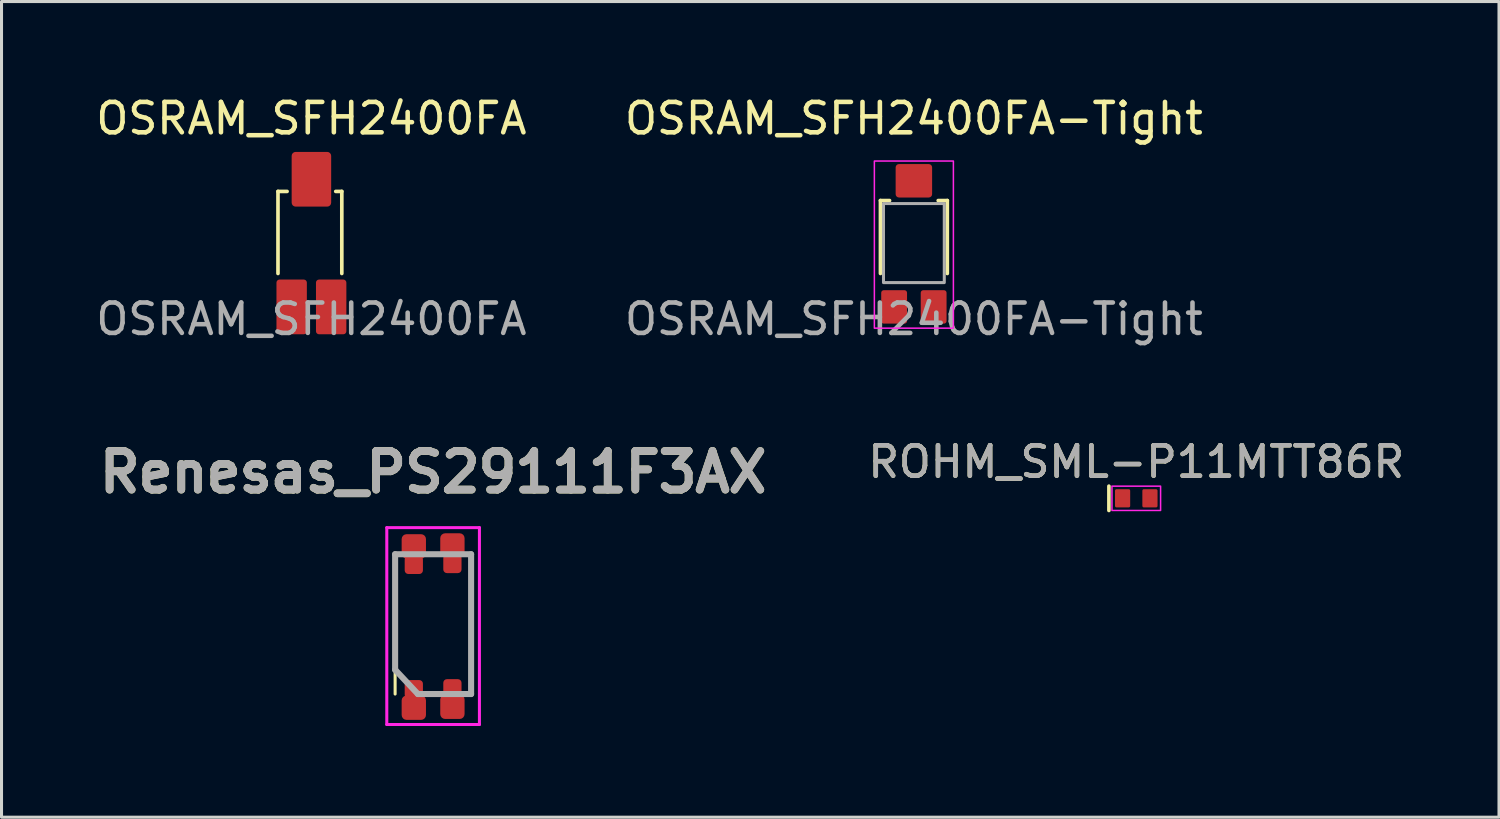
<source format=kicad_pcb>
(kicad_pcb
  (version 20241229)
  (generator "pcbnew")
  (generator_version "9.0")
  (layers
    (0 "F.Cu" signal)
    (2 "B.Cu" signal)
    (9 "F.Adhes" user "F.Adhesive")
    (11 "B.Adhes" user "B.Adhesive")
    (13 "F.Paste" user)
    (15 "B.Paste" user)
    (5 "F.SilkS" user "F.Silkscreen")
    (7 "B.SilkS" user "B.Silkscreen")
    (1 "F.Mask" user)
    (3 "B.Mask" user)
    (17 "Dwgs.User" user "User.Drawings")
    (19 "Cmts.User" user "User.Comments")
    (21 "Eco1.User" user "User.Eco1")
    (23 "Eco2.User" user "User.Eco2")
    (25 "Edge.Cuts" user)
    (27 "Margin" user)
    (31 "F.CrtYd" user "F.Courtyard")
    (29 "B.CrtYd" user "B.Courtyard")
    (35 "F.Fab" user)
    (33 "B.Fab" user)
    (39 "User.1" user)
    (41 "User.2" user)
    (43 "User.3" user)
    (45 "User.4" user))
  (footprint "OSRAM_SFH2400FA-Tight"
    (layer "F.Cu")
    (at 27.018 4.948)
    (property "Reference" "OSRAM_SFH2400FA-Tight" (at 0 -4.1 0) (unlocked yes) (layer "F.SilkS") (effects (font (size 1 1) (thickness 0.15))))
    (attr smd)
    (fp_line (start -1.1 -1.4) (end -1.1 1) (stroke (width 0.12) (type solid)) (layer "F.SilkS"))
    (fp_line (start -0.8 -1.4) (end -1.1 -1.4) (stroke (width 0.12) (type solid)) (layer "F.SilkS"))
    (fp_line (start 0.8 -1.4) (end 1.1 -1.4) (stroke (width 0.12) (type solid)) (layer "F.SilkS"))
    (fp_line (start 1.1 -1.4) (end 1.1 1) (stroke (width 0.12) (type solid)) (layer "F.SilkS"))
    (fp_rect (start -1.3 -2.7) (end 1.3 2.8) (stroke (width 0.05) (type solid)) (fill no) (layer "F.CrtYd"))
    (fp_rect (start -1 -1.3) (end 1 1.3) (stroke (width 0.1) (type solid)) (fill no) (layer "F.Fab"))
    (fp_text user "${REFERENCE}" (at 0 2.5 0) (unlocked yes) (layer "F.Fab") (effects (font (size 1 1) (thickness 0.15))))
    (pad "1" smd roundrect (at 0 -2.05) (size 1.2 1.1) (layers "F.Cu" "F.Mask" "F.Paste") (roundrect_rratio 0.1))
    (pad "2" smd roundrect (at 0.65 2.1) (size 0.85 1.1) (layers "F.Cu" "F.Mask" "F.Paste") (roundrect_rratio 0.1))
    (pad "3" smd roundrect (at -0.65 2.1) (size 0.85 1.1) (layers "F.Cu" "F.Mask" "F.Paste") (roundrect_rratio 0.1)))
  (footprint "Renesas_PS29111F3AX"
    (layer "F.Cu")
    (at 11.2 17.485)
    (property "Reference" "Renesas_PS29111F3AX" (at 0 -5 0) (layer "F.SilkS") (effects (font (size 1.27 1.27) (thickness 0.254))))
    (attr smd)
    (fp_line (start -1.25 0) (end -1.25 2.3) (stroke (width 0.1) (type solid)) (layer "F.SilkS"))
    (fp_line (start -1.524 -3.175) (end 1.524 -3.175) (stroke (width 0.1) (type solid)) (layer "F.CrtYd"))
    (fp_line (start -1.524 3.302) (end -1.524 -3.175) (stroke (width 0.1) (type solid)) (layer "F.CrtYd"))
    (fp_line (start 1.524 -3.175) (end 1.524 3.302) (stroke (width 0.1) (type solid)) (layer "F.CrtYd"))
    (fp_line (start 1.524 3.302) (end -1.524 3.302) (stroke (width 0.1) (type solid)) (layer "F.CrtYd"))
    (fp_line (start -1.25 -2.3) (end 1.25 -2.3) (stroke (width 0.2) (type solid)) (layer "F.Fab"))
    (fp_line (start -1.25 1.5) (end -1.25 -2.3) (stroke (width 0.2) (type solid)) (layer "F.Fab"))
    (fp_line (start -1.25 1.5) (end -0.5 2.3) (stroke (width 0.2) (type solid)) (layer "F.Fab"))
    (fp_line (start 1.25 -2.3) (end 1.25 2.3) (stroke (width 0.2) (type solid)) (layer "F.Fab"))
    (fp_line (start 1.25 2.3) (end -0.5 2.3) (stroke (width 0.2) (type solid)) (layer "F.Fab"))
    (fp_text user "${REFERENCE}" (at 0 -5 0) (layer "F.Fab") (effects (font (size 1.27 1.27) (thickness 0.254))))
    (pad "1" smd roundrect (at -0.635 2.35 180) (size 0.6 0.6) (drill (offset 0 0.21)) (layers "F.Cu" "F.Mask" "F.Paste") (roundrect_rratio 0.2))
    (pad "1" smd roundrect (at -0.635 2.35) (size 0.8 0.8) (drill (offset 0 0.4)) (layers "F.Cu" "F.Mask" "F.Paste") (roundrect_rratio 0.2))
    (pad "2" smd roundrect (at 0.635 2.32 180) (size 0.6 0.6) (drill (offset 0 0.21)) (layers "F.Cu" "F.Mask" "F.Paste") (roundrect_rratio 0.2))
    (pad "2" smd roundrect (at 0.635 2.32) (size 0.8 0.8) (drill (offset 0 0.4)) (layers "F.Cu" "F.Mask" "F.Paste") (roundrect_rratio 0.2))
    (pad "3" smd roundrect (at 0.635 -2.189) (size 0.6 0.6) (drill (offset 0 0.21)) (layers "F.Cu" "F.Mask" "F.Paste") (roundrect_rratio 0.2))
    (pad "3" smd roundrect (at 0.635 -2.189 180) (size 0.8 0.8) (drill (offset 0 0.4)) (layers "F.Cu" "F.Mask" "F.Paste") (roundrect_rratio 0.2))
    (pad "4" smd roundrect (at -0.635 -2.159) (size 0.6 0.6) (drill (offset 0 0.21)) (layers "F.Cu" "F.Mask" "F.Paste") (roundrect_rratio 0.2))
    (pad "4" smd roundrect (at -0.635 -2.159 180) (size 0.8 0.8) (drill (offset 0 0.4)) (layers "F.Cu" "F.Mask" "F.Paste") (roundrect_rratio 0.2)))
  (footprint "ROHM_SML-P11MTT86R"
    (layer "F.Cu")
    (at 34.335 13.345)
    (property "Reference" "ROHM_SML-P11MTT86R" (at 0 -1.2 0) (unlocked yes) (layer "F.SilkS") (effects (font (size 1 1) (thickness 0.15))))
    (attr smd)
    (fp_line (start -0.9 -0.4) (end -0.9 0.4) (stroke (width 0.12) (type solid)) (layer "F.SilkS"))
    (fp_rect (start -0.8 -0.4) (end 0.8 0.4) (stroke (width 0.05) (type solid)) (fill no) (layer "F.CrtYd"))
    (fp_text user "${REFERENCE}" (at 0 -1.2 0) (unlocked yes) (layer "F.Fab") (effects (font (size 1 1) (thickness 0.15))))
    (pad "1" smd roundrect (at -0.45 0) (size 0.5 0.6) (layers "F.Cu" "F.Mask" "F.Paste") (roundrect_rratio 0.1))
    (pad "2" smd roundrect (at 0.45 0) (size 0.5 0.6) (layers "F.Cu" "F.Mask" "F.Paste") (roundrect_rratio 0.1)))
  (footprint "OSRAM_SFH2400FA"
    (layer "F.Cu")
    (at 7.196 4.948)
    (property "Reference" "OSRAM_SFH2400FA" (at 0 -4.1 0) (unlocked yes) (layer "F.SilkS") (effects (font (size 1 1) (thickness 0.15))))
    (attr smd)
    (fp_line (start -1.1 -1.7) (end -1.1 1) (stroke (width 0.12) (type solid)) (layer "F.SilkS"))
    (fp_line (start -0.8 -1.7) (end -1.1 -1.7) (stroke (width 0.12) (type solid)) (layer "F.SilkS"))
    (fp_line (start 0.8 -1.7) (end 1 -1.7) (stroke (width 0.12) (type solid)) (layer "F.SilkS"))
    (fp_line (start 1 -1.7) (end 1 1) (stroke (width 0.12) (type solid)) (layer "F.SilkS"))
    (fp_rect (start -1.4 -3.2) (end 1.4 3.2) (stroke (width 0.12) (type solid)) (fill no) (layer "Margin"))
    (fp_text user "${REFERENCE}" (at 0 2.5 0) (unlocked yes) (layer "F.Fab") (effects (font (size 1 1) (thickness 0.15))))
    (pad "1" smd roundrect (at 0 -2.1) (size 1.3 1.8) (layers "F.Cu" "F.Mask" "F.Paste") (roundrect_rratio 0.1))
    (pad "2" smd roundrect (at -0.65 2.1) (size 1 1.8) (layers "F.Cu" "F.Mask" "F.Paste") (roundrect_rratio 0.1))
    (pad "3" smd roundrect (at 0.65 2.1) (size 1 1.8) (layers "F.Cu" "F.Mask" "F.Paste") (roundrect_rratio 0.1)))
  (gr_rect
    (start -3 -3)
    (end 46.269 23.837)
    (stroke (width 0.1) (type default))
    (fill no)
    (layer "Edge.Cuts")))
</source>
